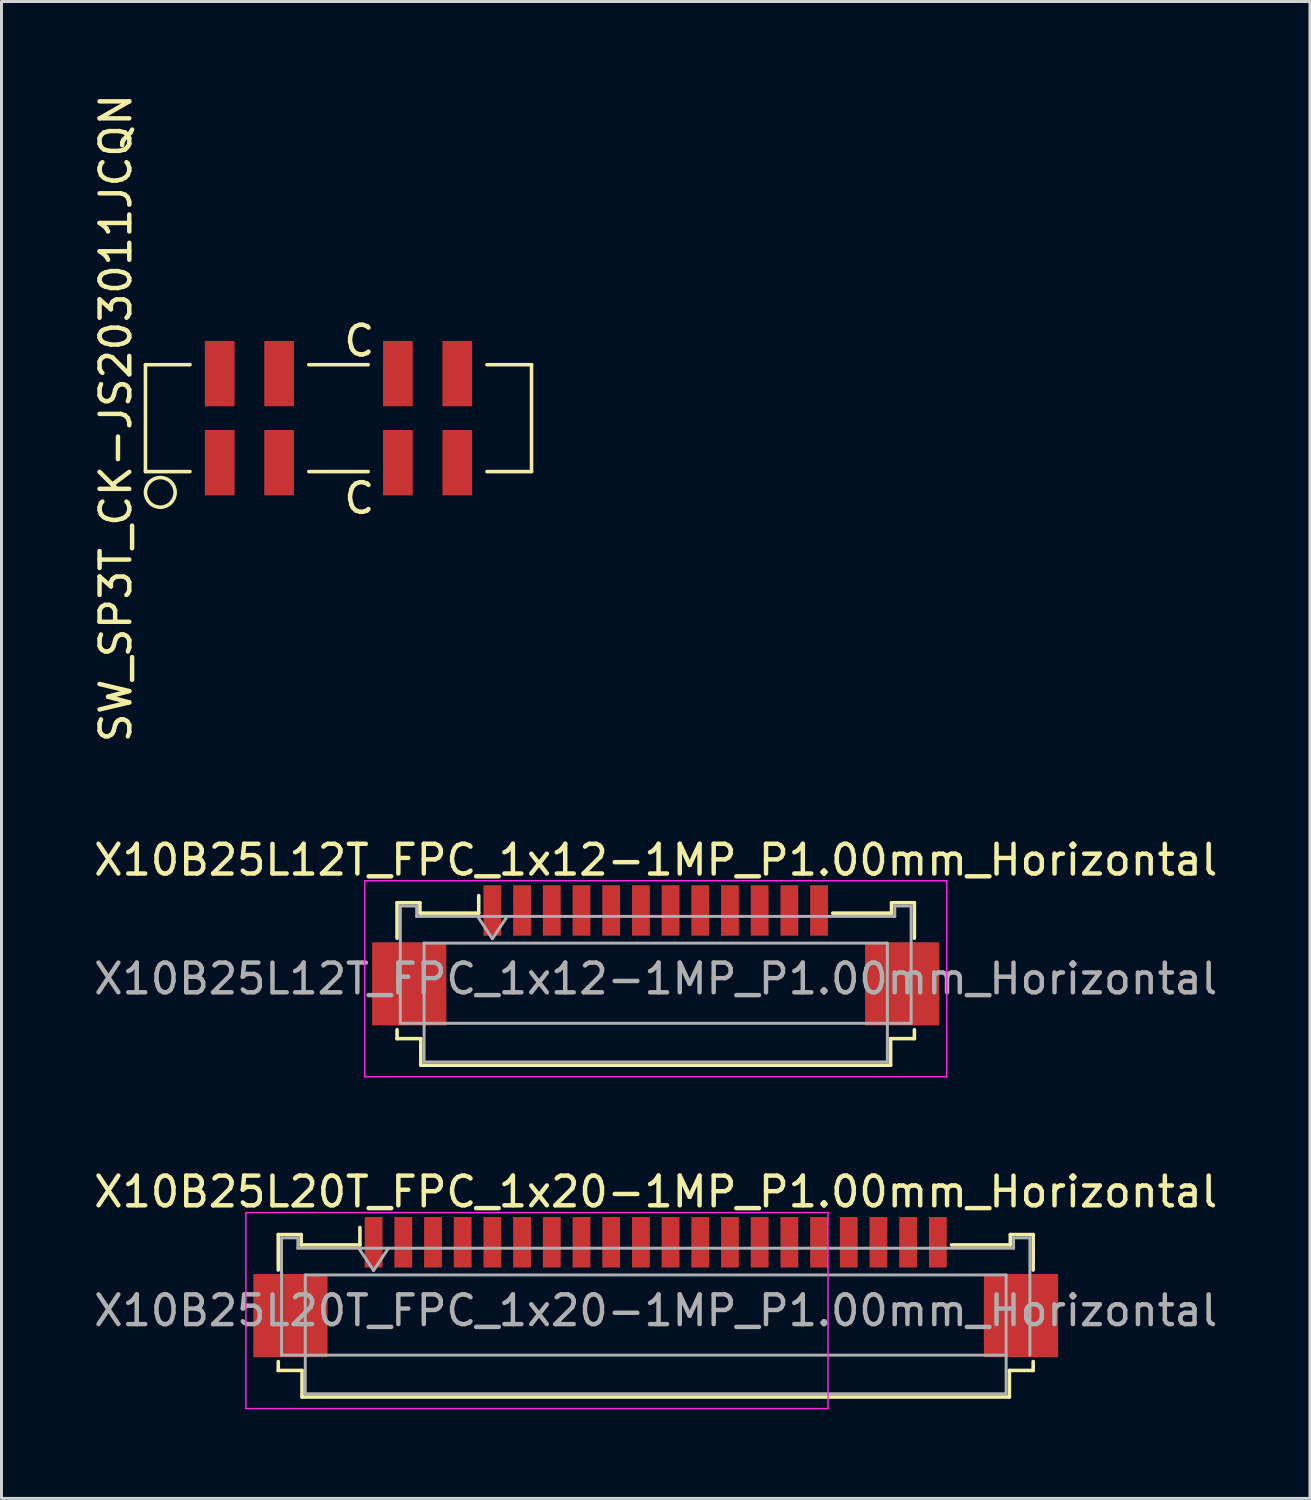
<source format=kicad_pcb>
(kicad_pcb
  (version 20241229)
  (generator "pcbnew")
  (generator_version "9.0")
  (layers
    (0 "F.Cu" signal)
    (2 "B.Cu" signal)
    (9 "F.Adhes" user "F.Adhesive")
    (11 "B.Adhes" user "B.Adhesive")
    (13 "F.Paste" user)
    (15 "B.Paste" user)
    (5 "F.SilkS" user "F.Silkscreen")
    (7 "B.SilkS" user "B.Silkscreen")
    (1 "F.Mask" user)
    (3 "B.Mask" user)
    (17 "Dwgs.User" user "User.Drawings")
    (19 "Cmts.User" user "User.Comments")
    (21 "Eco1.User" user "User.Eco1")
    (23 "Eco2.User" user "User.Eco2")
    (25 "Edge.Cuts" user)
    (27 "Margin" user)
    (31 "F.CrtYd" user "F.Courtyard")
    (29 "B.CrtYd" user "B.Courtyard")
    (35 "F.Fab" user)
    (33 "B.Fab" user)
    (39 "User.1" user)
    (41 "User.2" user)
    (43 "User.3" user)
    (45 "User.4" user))
  (footprint "SW_SP3T_CK-JS203011JCQN"
    (layer "F.Cu")
    (at 8.348 11.03)
    (property "Reference" "SW_SP3T_CK-JS203011JCQN" (at -7.5 0 90) (layer "F.SilkS") (effects (font (size 1 1) (thickness 0.15))))
    (attr smd)
    (fp_line (start -6.5 -1.8) (end -6.5 1.8) (stroke (width 0.12) (type solid)) (layer "F.SilkS"))
    (fp_line (start -6.5 -1.8) (end -5 -1.8) (stroke (width 0.12) (type solid)) (layer "F.SilkS"))
    (fp_line (start -6.5 1.8) (end -5 1.8) (stroke (width 0.12) (type solid)) (layer "F.SilkS"))
    (fp_line (start -1 -1.8) (end 1 -1.8) (stroke (width 0.12) (type solid)) (layer "F.SilkS"))
    (fp_line (start 1 1.8) (end -1 1.8) (stroke (width 0.12) (type solid)) (layer "F.SilkS"))
    (fp_line (start 5 -1.8) (end 6.5 -1.8) (stroke (width 0.12) (type solid)) (layer "F.SilkS"))
    (fp_line (start 6.5 -1.8) (end 6.5 1.8) (stroke (width 0.12) (type solid)) (layer "F.SilkS"))
    (fp_line (start 6.5 1.8) (end 5 1.8) (stroke (width 0.12) (type solid)) (layer "F.SilkS"))
    (fp_circle (center -6 2.5) (end -6 3) (stroke (width 0.12) (type solid)) (fill no) (layer "F.SilkS"))
    (fp_text user "C" (at 0.7 2.7 0) (layer "F.SilkS") (effects (font (size 1 1) (thickness 0.15))))
    (fp_text user "C" (at 0.7 -2.6 0) (layer "F.SilkS") (effects (font (size 1 1) (thickness 0.15))))
    (pad "1" smd rect (at -4 -1.5) (size 1 2.2) (layers "F.Cu" "F.Mask" "F.Paste"))
    (pad "1" smd rect (at -4 1.5) (size 1 2.2) (layers "F.Cu" "F.Mask" "F.Paste"))
    (pad "2" smd rect (at -2 -1.5) (size 1 2.2) (layers "F.Cu" "F.Mask" "F.Paste"))
    (pad "2" smd rect (at -2 1.5) (size 1 2.2) (layers "F.Cu" "F.Mask" "F.Paste"))
    (pad "3" smd rect (at 2 -1.5) (size 1 2.2) (layers "F.Cu" "F.Mask" "F.Paste"))
    (pad "3" smd rect (at 2 1.5) (size 1 2.2) (layers "F.Cu" "F.Mask" "F.Paste"))
    (pad "4" smd rect (at 4 -1.5) (size 1 2.2) (layers "F.Cu" "F.Mask" "F.Paste"))
    (pad "4" smd rect (at 4 1.5) (size 1 2.2) (layers "F.Cu" "F.Mask" "F.Paste")))
  (footprint "X10B25L20T_FPC_1x20-1MP_P1.00mm_Horizontal"
    (layer "F.Cu")
    (at 19.03 39.691)
    (property "Reference" "X10B25L20T_FPC_1x20-1MP_P1.00mm_Horizontal" (at 0 -2.61 0) (layer "F.SilkS") (effects (font (size 1 1) (thickness 0.15))))
    (attr smd)
    (fp_line (start -12.71 -1.17) (end -12.71 0.025) (stroke (width 0.12) (type solid)) (layer "F.SilkS"))
    (fp_line (start -12.71 3.106) (end -12.71 3.406) (stroke (width 0.12) (type solid)) (layer "F.SilkS"))
    (fp_line (start -12.71 3.406) (end -11.91 3.406) (stroke (width 0.12) (type solid)) (layer "F.SilkS"))
    (fp_line (start -11.94 -1.17) (end -12.71 -1.17) (stroke (width 0.12) (type solid)) (layer "F.SilkS"))
    (fp_line (start -11.94 -0.82) (end -11.94 -1.17) (stroke (width 0.12) (type solid)) (layer "F.SilkS"))
    (fp_line (start -11.91 3.406) (end -11.91 4.3) (stroke (width 0.12) (type solid)) (layer "F.SilkS"))
    (fp_line (start -11.91 4.3) (end 11.91 4.3) (stroke (width 0.12) (type solid)) (layer "F.SilkS"))
    (fp_line (start -9.96 -1.41) (end -9.96 -0.82) (stroke (width 0.12) (type solid)) (layer "F.SilkS"))
    (fp_line (start -9.96 -0.82) (end -11.94 -0.82) (stroke (width 0.12) (type solid)) (layer "F.SilkS"))
    (fp_line (start 11.91 3.406) (end 12.71 3.406) (stroke (width 0.12) (type solid)) (layer "F.SilkS"))
    (fp_line (start 11.91 4.3) (end 11.91 3.406) (stroke (width 0.12) (type solid)) (layer "F.SilkS"))
    (fp_line (start 11.94 -1.17) (end 11.94 -0.82) (stroke (width 0.12) (type solid)) (layer "F.SilkS"))
    (fp_line (start 11.94 -0.82) (end 9.96 -0.82) (stroke (width 0.12) (type solid)) (layer "F.SilkS"))
    (fp_line (start 12.71 -1.17) (end 11.94 -1.17) (stroke (width 0.12) (type solid)) (layer "F.SilkS"))
    (fp_line (start 12.71 0.025) (end 12.71 -1.17) (stroke (width 0.12) (type solid)) (layer "F.SilkS"))
    (fp_line (start 12.71 3.406) (end 12.71 3.106) (stroke (width 0.12) (type solid)) (layer "F.SilkS"))
    (fp_line (start -13.8 -1.91) (end -13.8 4.69) (stroke (width 0.05) (type solid)) (layer "F.CrtYd"))
    (fp_line (start -13.8 4.69) (end 5.8 4.69) (stroke (width 0.05) (type solid)) (layer "F.CrtYd"))
    (fp_line (start 5.8 -1.91) (end -13.8 -1.91) (stroke (width 0.05) (type solid)) (layer "F.CrtYd"))
    (fp_line (start 5.8 4.69) (end 5.8 -1.91) (stroke (width 0.05) (type solid)) (layer "F.CrtYd"))
    (fp_line (start -12.6 -1.06) (end -12.6 2.89) (stroke (width 0.1) (type solid)) (layer "F.Fab"))
    (fp_line (start -12.6 2.89) (end 11.799 2.89) (stroke (width 0.1) (type solid)) (layer "F.Fab"))
    (fp_line (start -12.05 -1.06) (end -12.6 -1.06) (stroke (width 0.1) (type solid)) (layer "F.Fab"))
    (fp_line (start -12.05 -0.71) (end -12.05 -1.06) (stroke (width 0.1) (type solid)) (layer "F.Fab"))
    (fp_line (start -11.8 0.19) (end -11.8 4.19) (stroke (width 0.1) (type solid)) (layer "F.Fab"))
    (fp_line (start -11.8 4.19) (end 11.8 4.19) (stroke (width 0.1) (type solid)) (layer "F.Fab"))
    (fp_line (start -10 -0.71) (end -9.5 0.04) (stroke (width 0.1) (type solid)) (layer "F.Fab"))
    (fp_line (start -9.5 0.04) (end -9 -0.71) (stroke (width 0.1) (type solid)) (layer "F.Fab"))
    (fp_line (start 11.8 0.19) (end -11.8 0.19) (stroke (width 0.1) (type solid)) (layer "F.Fab"))
    (fp_line (start 11.8 4.19) (end 11.8 0.19) (stroke (width 0.1) (type solid)) (layer "F.Fab"))
    (fp_line (start 12.05 -1.06) (end 12.05 -0.71) (stroke (width 0.1) (type solid)) (layer "F.Fab"))
    (fp_line (start 12.05 -0.71) (end -12.05 -0.71) (stroke (width 0.1) (type solid)) (layer "F.Fab"))
    (fp_line (start 12.6 -1.06) (end 12.05 -1.06) (stroke (width 0.1) (type solid)) (layer "F.Fab"))
    (fp_line (start 12.6 2.89) (end 12.6 -1.06) (stroke (width 0.1) (type solid)) (layer "F.Fab"))
    (fp_text user "${REFERENCE}" (at 0 1.39 0) (layer "F.Fab") (effects (font (size 1 1) (thickness 0.15))))
    (pad "1" smd rect (at -9.5 -0.91) (size 0.6 1.7) (layers "F.Cu" "F.Mask" "F.Paste"))
    (pad "2" smd rect (at -8.5 -0.91) (size 0.6 1.7) (layers "F.Cu" "F.Mask" "F.Paste"))
    (pad "3" smd rect (at -7.5 -0.91) (size 0.6 1.7) (layers "F.Cu" "F.Mask" "F.Paste"))
    (pad "4" smd rect (at -6.5 -0.91) (size 0.6 1.7) (layers "F.Cu" "F.Mask" "F.Paste"))
    (pad "5" smd rect (at -5.5 -0.91) (size 0.6 1.7) (layers "F.Cu" "F.Mask" "F.Paste"))
    (pad "6" smd rect (at -4.5 -0.91) (size 0.6 1.7) (layers "F.Cu" "F.Mask" "F.Paste"))
    (pad "7" smd rect (at -3.5 -0.91) (size 0.6 1.7) (layers "F.Cu" "F.Mask" "F.Paste"))
    (pad "8" smd rect (at -2.5 -0.91) (size 0.6 1.7) (layers "F.Cu" "F.Mask" "F.Paste"))
    (pad "9" smd rect (at -1.5 -0.91) (size 0.6 1.7) (layers "F.Cu" "F.Mask" "F.Paste"))
    (pad "10" smd rect (at -0.5 -0.91) (size 0.6 1.7) (layers "F.Cu" "F.Mask" "F.Paste"))
    (pad "11" smd rect (at 0.5 -0.91) (size 0.6 1.7) (layers "F.Cu" "F.Mask" "F.Paste"))
    (pad "12" smd rect (at 1.5 -0.91) (size 0.6 1.7) (layers "F.Cu" "F.Mask" "F.Paste"))
    (pad "13" smd rect (at 2.5 -0.91) (size 0.6 1.7) (layers "F.Cu" "F.Mask" "F.Paste"))
    (pad "14" smd rect (at 3.5 -0.91) (size 0.6 1.7) (layers "F.Cu" "F.Mask" "F.Paste"))
    (pad "15" smd rect (at 4.5 -0.91) (size 0.6 1.7) (layers "F.Cu" "F.Mask" "F.Paste"))
    (pad "16" smd rect (at 5.5 -0.91) (size 0.6 1.7) (layers "F.Cu" "F.Mask" "F.Paste"))
    (pad "17" smd rect (at 6.5 -0.91) (size 0.6 1.7) (layers "F.Cu" "F.Mask" "F.Paste"))
    (pad "18" smd rect (at 7.5 -0.91) (size 0.6 1.7) (layers "F.Cu" "F.Mask" "F.Paste"))
    (pad "19" smd rect (at 8.5 -0.91) (size 0.6 1.7) (layers "F.Cu" "F.Mask" "F.Paste"))
    (pad "20" smd rect (at 9.5 -0.91) (size 0.6 1.7) (layers "F.Cu" "F.Mask" "F.Paste"))
    (pad "MP" smd rect (at -12.3 1.56) (size 2.5 2.8) (layers "F.Cu" "F.Mask" "F.Paste"))
    (pad "MP" smd rect (at 12.3 1.56) (size 2.5 2.8) (layers "F.Cu" "F.Mask" "F.Paste")))
  (footprint "X10B25L12T_FPC_1x12-1MP_P1.00mm_Horizontal"
    (layer "F.Cu")
    (at 19.03 28.518)
    (property "Reference" "X10B25L12T_FPC_1x12-1MP_P1.00mm_Horizontal" (at 0 -2.61 0) (layer "F.SilkS") (effects (font (size 1 1) (thickness 0.15))))
    (attr smd)
    (fp_line (start -8.71 -1.17) (end -8.71 0.025) (stroke (width 0.12) (type solid)) (layer "F.SilkS"))
    (fp_line (start -8.71 3.106) (end -8.71 3.406) (stroke (width 0.12) (type solid)) (layer "F.SilkS"))
    (fp_line (start -8.71 3.406) (end -7.91 3.406) (stroke (width 0.12) (type solid)) (layer "F.SilkS"))
    (fp_line (start -7.94 -1.17) (end -8.71 -1.17) (stroke (width 0.12) (type solid)) (layer "F.SilkS"))
    (fp_line (start -7.94 -0.82) (end -7.94 -1.17) (stroke (width 0.12) (type solid)) (layer "F.SilkS"))
    (fp_line (start -7.91 3.406) (end -7.91 4.3) (stroke (width 0.12) (type solid)) (layer "F.SilkS"))
    (fp_line (start -7.91 4.3) (end 7.91 4.3) (stroke (width 0.12) (type solid)) (layer "F.SilkS"))
    (fp_line (start -5.96 -1.41) (end -5.96 -0.82) (stroke (width 0.12) (type solid)) (layer "F.SilkS"))
    (fp_line (start -5.96 -0.82) (end -7.94 -0.82) (stroke (width 0.12) (type solid)) (layer "F.SilkS"))
    (fp_line (start 7.91 3.406) (end 8.71 3.406) (stroke (width 0.12) (type solid)) (layer "F.SilkS"))
    (fp_line (start 7.91 4.3) (end 7.91 3.406) (stroke (width 0.12) (type solid)) (layer "F.SilkS"))
    (fp_line (start 7.94 -1.17) (end 7.94 -0.82) (stroke (width 0.12) (type solid)) (layer "F.SilkS"))
    (fp_line (start 7.94 -0.82) (end 5.96 -0.82) (stroke (width 0.12) (type solid)) (layer "F.SilkS"))
    (fp_line (start 8.71 -1.17) (end 7.94 -1.17) (stroke (width 0.12) (type solid)) (layer "F.SilkS"))
    (fp_line (start 8.71 0.025) (end 8.71 -1.17) (stroke (width 0.12) (type solid)) (layer "F.SilkS"))
    (fp_line (start 8.71 3.406) (end 8.71 3.106) (stroke (width 0.12) (type solid)) (layer "F.SilkS"))
    (fp_line (start -9.8 -1.91) (end -9.8 4.69) (stroke (width 0.05) (type solid)) (layer "F.CrtYd"))
    (fp_line (start -9.8 4.69) (end 9.8 4.69) (stroke (width 0.05) (type solid)) (layer "F.CrtYd"))
    (fp_line (start 9.8 -1.91) (end -9.8 -1.91) (stroke (width 0.05) (type solid)) (layer "F.CrtYd"))
    (fp_line (start 9.8 4.69) (end 9.8 -1.91) (stroke (width 0.05) (type solid)) (layer "F.CrtYd"))
    (fp_line (start -8.6 -1.06) (end -8.6 2.89) (stroke (width 0.1) (type solid)) (layer "F.Fab"))
    (fp_line (start -8.6 2.89) (end 8.6 2.89) (stroke (width 0.1) (type solid)) (layer "F.Fab"))
    (fp_line (start -8.05 -1.06) (end -8.6 -1.06) (stroke (width 0.1) (type solid)) (layer "F.Fab"))
    (fp_line (start -8.05 -0.71) (end -8.05 -1.06) (stroke (width 0.1) (type solid)) (layer "F.Fab"))
    (fp_line (start -7.8 0.19) (end -7.8 4.19) (stroke (width 0.1) (type solid)) (layer "F.Fab"))
    (fp_line (start -7.8 4.19) (end 7.8 4.19) (stroke (width 0.1) (type solid)) (layer "F.Fab"))
    (fp_line (start -6 -0.71) (end -5.5 0.04) (stroke (width 0.1) (type solid)) (layer "F.Fab"))
    (fp_line (start -5.5 0.04) (end -5 -0.71) (stroke (width 0.1) (type solid)) (layer "F.Fab"))
    (fp_line (start 7.8 0.19) (end -7.8 0.19) (stroke (width 0.1) (type solid)) (layer "F.Fab"))
    (fp_line (start 7.8 4.19) (end 7.8 0.19) (stroke (width 0.1) (type solid)) (layer "F.Fab"))
    (fp_line (start 8.05 -1.06) (end 8.05 -0.71) (stroke (width 0.1) (type solid)) (layer "F.Fab"))
    (fp_line (start 8.05 -0.71) (end -8.05 -0.71) (stroke (width 0.1) (type solid)) (layer "F.Fab"))
    (fp_line (start 8.6 -1.06) (end 8.05 -1.06) (stroke (width 0.1) (type solid)) (layer "F.Fab"))
    (fp_line (start 8.6 2.89) (end 8.6 -1.06) (stroke (width 0.1) (type solid)) (layer "F.Fab"))
    (fp_text user "${REFERENCE}" (at 0 1.39 0) (layer "F.Fab") (effects (font (size 1 1) (thickness 0.15))))
    (pad "1" smd rect (at -5.5 -0.91) (size 0.6 1.7) (layers "F.Cu" "F.Mask" "F.Paste"))
    (pad "2" smd rect (at -4.5 -0.91) (size 0.6 1.7) (layers "F.Cu" "F.Mask" "F.Paste"))
    (pad "3" smd rect (at -3.5 -0.91) (size 0.6 1.7) (layers "F.Cu" "F.Mask" "F.Paste"))
    (pad "4" smd rect (at -2.5 -0.91) (size 0.6 1.7) (layers "F.Cu" "F.Mask" "F.Paste"))
    (pad "5" smd rect (at -1.5 -0.91) (size 0.6 1.7) (layers "F.Cu" "F.Mask" "F.Paste"))
    (pad "6" smd rect (at -0.5 -0.91) (size 0.6 1.7) (layers "F.Cu" "F.Mask" "F.Paste"))
    (pad "7" smd rect (at 0.5 -0.91) (size 0.6 1.7) (layers "F.Cu" "F.Mask" "F.Paste"))
    (pad "8" smd rect (at 1.5 -0.91) (size 0.6 1.7) (layers "F.Cu" "F.Mask" "F.Paste"))
    (pad "9" smd rect (at 2.5 -0.91) (size 0.6 1.7) (layers "F.Cu" "F.Mask" "F.Paste"))
    (pad "10" smd rect (at 3.5 -0.91) (size 0.6 1.7) (layers "F.Cu" "F.Mask" "F.Paste"))
    (pad "11" smd rect (at 4.5 -0.91) (size 0.6 1.7) (layers "F.Cu" "F.Mask" "F.Paste"))
    (pad "12" smd rect (at 5.5 -0.91) (size 0.6 1.7) (layers "F.Cu" "F.Mask" "F.Paste"))
    (pad "MP" smd rect (at -8.3 1.56) (size 2.5 2.8) (layers "F.Cu" "F.Mask" "F.Paste"))
    (pad "MP" smd rect (at 8.3 1.56) (size 2.5 2.8) (layers "F.Cu" "F.Mask" "F.Paste")))
  (gr_rect
    (start -3 -3)
    (end 41.06 47.406)
    (stroke (width 0.1) (type default))
    (fill no)
    (layer "Edge.Cuts")))
</source>
